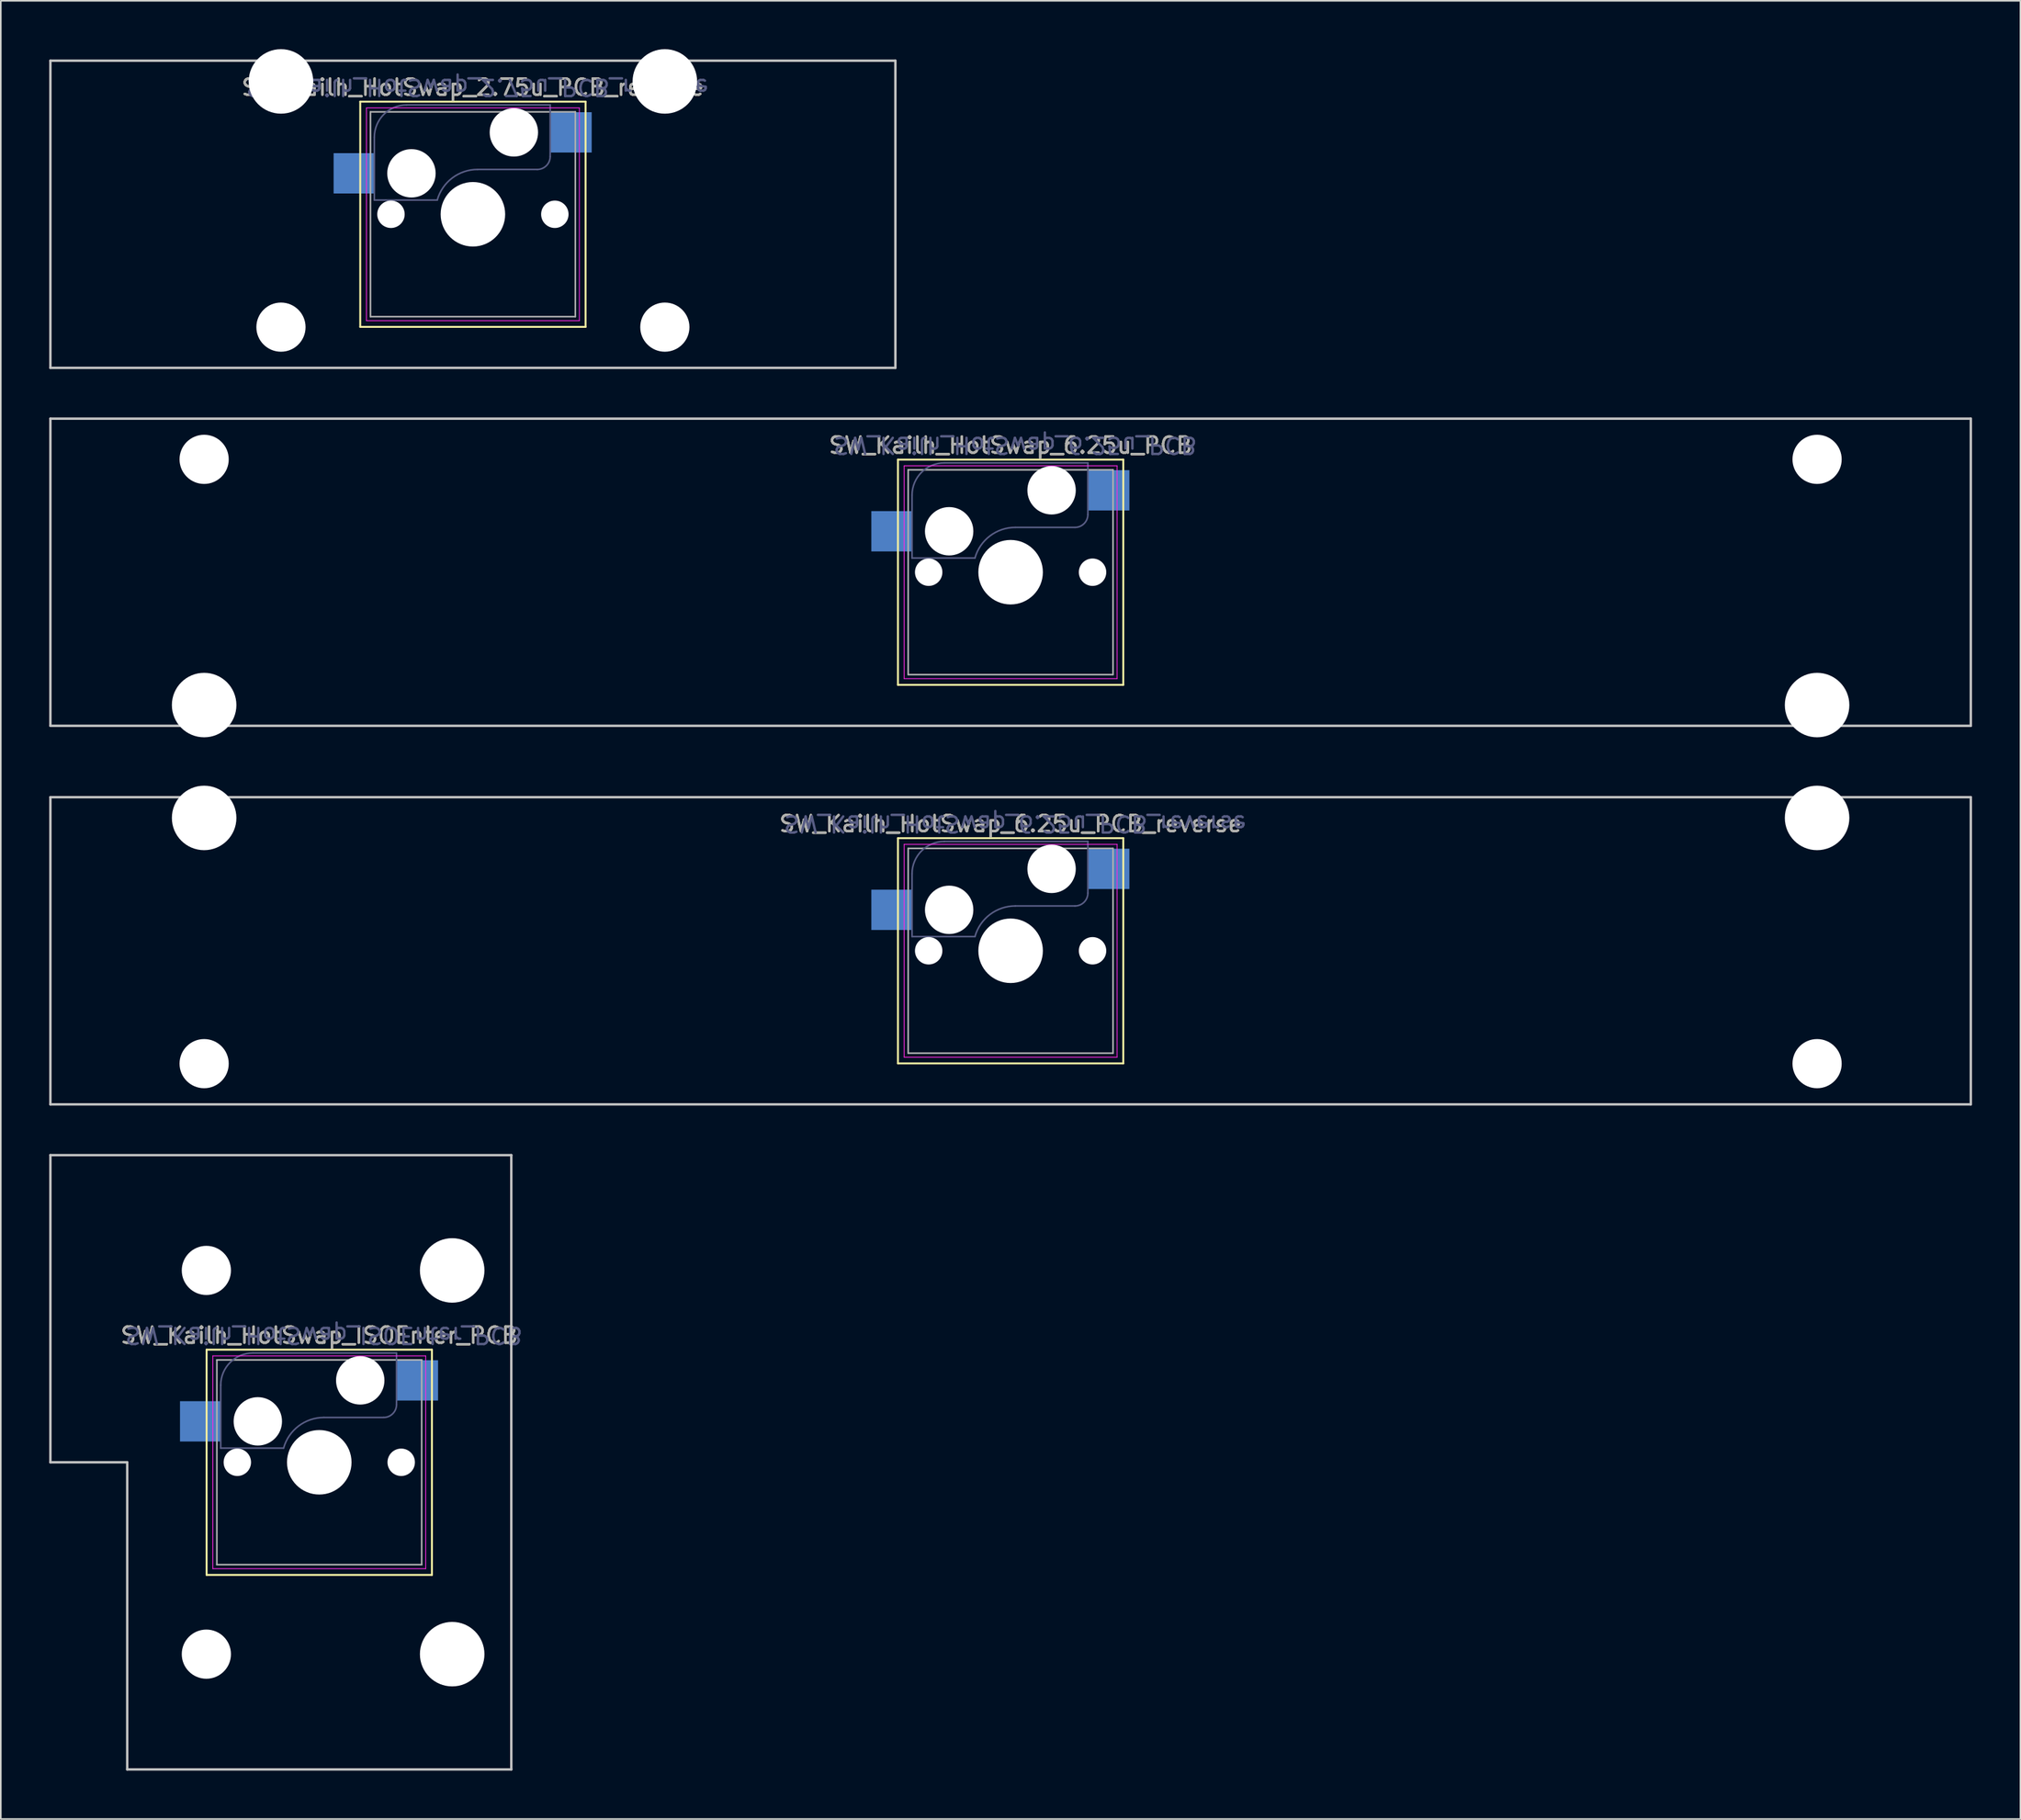
<source format=kicad_pcb>
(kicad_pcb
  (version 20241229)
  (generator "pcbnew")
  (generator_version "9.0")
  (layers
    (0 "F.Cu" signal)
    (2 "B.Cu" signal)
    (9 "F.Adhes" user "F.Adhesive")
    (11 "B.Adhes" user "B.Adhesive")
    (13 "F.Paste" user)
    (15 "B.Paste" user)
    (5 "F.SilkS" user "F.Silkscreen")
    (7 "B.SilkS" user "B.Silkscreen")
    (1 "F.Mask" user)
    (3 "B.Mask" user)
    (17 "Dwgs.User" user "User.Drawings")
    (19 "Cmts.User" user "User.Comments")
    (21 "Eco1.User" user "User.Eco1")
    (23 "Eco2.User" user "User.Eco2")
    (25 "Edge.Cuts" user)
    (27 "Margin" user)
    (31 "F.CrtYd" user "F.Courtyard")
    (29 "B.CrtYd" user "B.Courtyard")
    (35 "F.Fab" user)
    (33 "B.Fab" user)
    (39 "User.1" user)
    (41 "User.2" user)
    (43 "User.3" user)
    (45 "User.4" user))
  (footprint "SW_Kailh_HotSwap_6.25u_PCB_reverse"
    (layer "F.Cu")
    (at 62.146 50.84)
    (property "Reference" "SW_Kailh_HotSwap_6.25u_PCB_reverse" (at -2.54 -2.794 0) (layer "F.SilkS") (effects (font (size 1 1) (thickness 0.15))))
    (attr smd)
    (fp_line (start -9.525 -1.905) (end 4.445 -1.905) (stroke (width 0.12) (type solid)) (layer "F.SilkS"))
    (fp_line (start -9.525 12.065) (end -9.525 -1.905) (stroke (width 0.12) (type solid)) (layer "F.SilkS"))
    (fp_line (start 4.445 -1.905) (end 4.445 12.065) (stroke (width 0.12) (type solid)) (layer "F.SilkS"))
    (fp_line (start 4.445 12.065) (end -9.525 12.065) (stroke (width 0.12) (type solid)) (layer "F.SilkS"))
    (fp_line (start -62.071 -4.445) (end 56.991 -4.445) (stroke (width 0.15) (type solid)) (layer "Dwgs.User"))
    (fp_line (start -62.071 14.605) (end -62.071 -4.445) (stroke (width 0.15) (type solid)) (layer "Dwgs.User"))
    (fp_line (start 56.991 -4.445) (end 56.991 14.605) (stroke (width 0.15) (type solid)) (layer "Dwgs.User"))
    (fp_line (start 56.991 14.605) (end -62.071 14.605) (stroke (width 0.15) (type solid)) (layer "Dwgs.User"))
    (fp_line (start -9.14 -1.52) (end 4.06 -1.52) (stroke (width 0.05) (type solid)) (layer "F.CrtYd"))
    (fp_line (start -9.14 11.68) (end -9.14 -1.52) (stroke (width 0.05) (type solid)) (layer "F.CrtYd"))
    (fp_line (start 4.06 -1.52) (end 4.06 11.68) (stroke (width 0.05) (type solid)) (layer "F.CrtYd"))
    (fp_line (start 4.06 11.68) (end -9.14 11.68) (stroke (width 0.05) (type solid)) (layer "F.CrtYd"))
    (fp_line (start -8.65 0.3) (end -8.65 4.2) (stroke (width 0.1) (type default)) (layer "B.Fab"))
    (fp_line (start -6.65 -1.7) (end 2.25 -1.7) (stroke (width 0.1) (type default)) (layer "B.Fab"))
    (fp_line (start -4.75 4.2) (end -8.65 4.2) (stroke (width 0.1) (type default)) (layer "B.Fab"))
    (fp_line (start -2.25 2.3) (end 1.45 2.3) (stroke (width 0.1) (type default)) (layer "B.Fab"))
    (fp_line (start 2.25 1.5) (end 2.25 -1.7) (stroke (width 0.1) (type default)) (layer "B.Fab"))
    (fp_arc (start -8.65 0.3) (mid -8.064214 -1.114214) (end -6.65 -1.7) (stroke (width 0.1) (type default)) (layer "B.Fab"))
    (fp_arc (start -4.749999 4.19615) (mid -3.818867 2.82766) (end -2.25 2.3) (stroke (width 0.1) (type default)) (layer "B.Fab"))
    (fp_arc (start 2.25 1.5) (mid 2.015685 2.065685) (end 1.45 2.3) (stroke (width 0.1) (type default)) (layer "B.Fab"))
    (fp_line (start -8.89 -1.27) (end 3.81 -1.27) (stroke (width 0.1) (type solid)) (layer "F.Fab"))
    (fp_line (start -8.89 11.43) (end -8.89 -1.27) (stroke (width 0.1) (type solid)) (layer "F.Fab"))
    (fp_line (start 3.81 -1.27) (end 3.81 11.43) (stroke (width 0.1) (type solid)) (layer "F.Fab"))
    (fp_line (start 3.81 11.43) (end -8.89 11.43) (stroke (width 0.1) (type solid)) (layer "F.Fab"))
    (fp_text user "${REFERENCE}" (at -2.25 -2.8 180) (unlocked yes) (layer "B.Fab") (effects (font (size 1 1) (thickness 0.15)) (justify mirror)))
    (fp_text user "${REFERENCE}" (at -2.54 -2.794 0) (layer "F.Fab") (effects (font (size 1 1) (thickness 0.15))))
    (pad "" np_thru_hole circle (at -52.54 -3.16) (size 4 4) (drill 4) (layers "*.Cu" "*.Mask"))
    (pad "" np_thru_hole circle (at -52.54 12.08) (size 3.05 3.05) (drill 3.05) (layers "*.Cu" "*.Mask"))
    (pad "" np_thru_hole circle (at -7.62 5.08) (size 1.7 1.7) (drill 1.7) (layers "*.Cu" "*.Mask"))
    (pad "" np_thru_hole circle (at -6.35 2.54 180) (size 3 3) (drill 3) (layers "*.Cu"))
    (pad "" np_thru_hole circle (at -2.54 5.08) (size 4 4) (drill 4) (layers "*.Cu" "*.Mask"))
    (pad "" np_thru_hole circle (at 0 0 180) (size 3 3) (drill 3) (layers "*.Cu"))
    (pad "" np_thru_hole circle (at 2.54 5.08) (size 1.7 1.7) (drill 1.7) (layers "*.Cu" "*.Mask"))
    (pad "" np_thru_hole circle (at 47.46 -3.16) (size 4 4) (drill 4) (layers "*.Cu" "*.Mask"))
    (pad "" np_thru_hole circle (at 47.46 12.08) (size 3.05 3.05) (drill 3.05) (layers "*.Cu" "*.Mask"))
    (pad "1" smd rect (at 3.55 0 180) (size 2.55 2.5) (layers "B.Cu" "B.Mask" "B.Paste"))
    (pad "2" smd rect (at -9.9 2.54 180) (size 2.55 2.5) (layers "B.Cu" "B.Mask" "B.Paste")))
  (footprint "SW_Kailh_HotSwap_ISOEnter_PCB"
    (layer "F.Cu")
    (at 19.284 82.565)
    (property "Reference" "SW_Kailh_HotSwap_ISOEnter_PCB" (at -2.54 -2.794 0) (layer "F.SilkS") (effects (font (size 1 1) (thickness 0.15))))
    (attr smd)
    (fp_line (start -9.525 -1.905) (end 4.445 -1.905) (stroke (width 0.12) (type solid)) (layer "F.SilkS"))
    (fp_line (start -9.525 12.065) (end -9.525 -1.905) (stroke (width 0.12) (type solid)) (layer "F.SilkS"))
    (fp_line (start 4.445 -1.905) (end 4.445 12.065) (stroke (width 0.12) (type solid)) (layer "F.SilkS"))
    (fp_line (start 4.445 12.065) (end -9.525 12.065) (stroke (width 0.12) (type solid)) (layer "F.SilkS"))
    (fp_line (start -19.209 -13.97) (end 9.366 -13.97) (stroke (width 0.15) (type solid)) (layer "Dwgs.User"))
    (fp_line (start -19.209 5.08) (end -19.209 -13.97) (stroke (width 0.15) (type solid)) (layer "Dwgs.User"))
    (fp_line (start -14.446 5.08) (end -19.209 5.08) (stroke (width 0.15) (type solid)) (layer "Dwgs.User"))
    (fp_line (start -14.446 24.13) (end -14.446 5.08) (stroke (width 0.15) (type solid)) (layer "Dwgs.User"))
    (fp_line (start 9.366 -13.97) (end 9.366 24.13) (stroke (width 0.15) (type solid)) (layer "Dwgs.User"))
    (fp_line (start 9.366 24.13) (end -14.446 24.13) (stroke (width 0.15) (type solid)) (layer "Dwgs.User"))
    (fp_line (start -9.14 -1.52) (end 4.06 -1.52) (stroke (width 0.05) (type solid)) (layer "F.CrtYd"))
    (fp_line (start -9.14 11.68) (end -9.14 -1.52) (stroke (width 0.05) (type solid)) (layer "F.CrtYd"))
    (fp_line (start 4.06 -1.52) (end 4.06 11.68) (stroke (width 0.05) (type solid)) (layer "F.CrtYd"))
    (fp_line (start 4.06 11.68) (end -9.14 11.68) (stroke (width 0.05) (type solid)) (layer "F.CrtYd"))
    (fp_line (start -8.65 0.3) (end -8.65 4.2) (stroke (width 0.1) (type default)) (layer "B.Fab"))
    (fp_line (start -6.65 -1.7) (end 2.25 -1.7) (stroke (width 0.1) (type default)) (layer "B.Fab"))
    (fp_line (start -4.75 4.2) (end -8.65 4.2) (stroke (width 0.1) (type default)) (layer "B.Fab"))
    (fp_line (start -2.25 2.3) (end 1.45 2.3) (stroke (width 0.1) (type default)) (layer "B.Fab"))
    (fp_line (start 2.25 1.5) (end 2.25 -1.7) (stroke (width 0.1) (type default)) (layer "B.Fab"))
    (fp_arc (start -8.65 0.3) (mid -8.064214 -1.114214) (end -6.65 -1.7) (stroke (width 0.1) (type default)) (layer "B.Fab"))
    (fp_arc (start -4.749999 4.19615) (mid -3.818867 2.82766) (end -2.25 2.3) (stroke (width 0.1) (type default)) (layer "B.Fab"))
    (fp_arc (start 2.25 1.5) (mid 2.015685 2.065685) (end 1.45 2.3) (stroke (width 0.1) (type default)) (layer "B.Fab"))
    (fp_line (start -8.89 -1.27) (end 3.81 -1.27) (stroke (width 0.1) (type solid)) (layer "F.Fab"))
    (fp_line (start -8.89 11.43) (end -8.89 -1.27) (stroke (width 0.1) (type solid)) (layer "F.Fab"))
    (fp_line (start 3.81 -1.27) (end 3.81 11.43) (stroke (width 0.1) (type solid)) (layer "F.Fab"))
    (fp_line (start 3.81 11.43) (end -8.89 11.43) (stroke (width 0.1) (type solid)) (layer "F.Fab"))
    (fp_text user "${REFERENCE}" (at -2.25 -2.8 180) (unlocked yes) (layer "B.Fab") (effects (font (size 1 1) (thickness 0.15)) (justify mirror)))
    (fp_text user "${REFERENCE}" (at -2.54 -2.794 0) (layer "F.Fab") (effects (font (size 1 1) (thickness 0.15))))
    (pad "" np_thru_hole circle (at -9.54 -6.82) (size 3.05 3.05) (drill 3.05) (layers "*.Cu" "*.Mask"))
    (pad "" np_thru_hole circle (at -9.54 16.98) (size 3.05 3.05) (drill 3.05) (layers "*.Cu" "*.Mask"))
    (pad "" np_thru_hole circle (at -7.62 5.08) (size 1.7 1.7) (drill 1.7) (layers "*.Cu" "*.Mask"))
    (pad "" np_thru_hole circle (at -6.35 2.54 180) (size 3 3) (drill 3) (layers "*.Cu"))
    (pad "" np_thru_hole circle (at -2.54 5.08) (size 4 4) (drill 4) (layers "*.Cu" "*.Mask"))
    (pad "" np_thru_hole circle (at 0 0 180) (size 3 3) (drill 3) (layers "*.Cu"))
    (pad "" np_thru_hole circle (at 2.54 5.08) (size 1.7 1.7) (drill 1.7) (layers "*.Cu" "*.Mask"))
    (pad "" np_thru_hole circle (at 5.7 -6.82) (size 4 4) (drill 4) (layers "*.Cu" "*.Mask"))
    (pad "" np_thru_hole circle (at 5.7 16.98) (size 4 4) (drill 4) (layers "*.Cu" "*.Mask"))
    (pad "1" smd rect (at 3.55 0 180) (size 2.55 2.5) (layers "B.Cu" "B.Mask" "B.Paste"))
    (pad "2" smd rect (at -9.9 2.54 180) (size 2.55 2.5) (layers "B.Cu" "B.Mask" "B.Paste")))
  (footprint "SW_Kailh_HotSwap_6.25u_PCB"
    (layer "F.Cu")
    (at 62.146 27.36)
    (property "Reference" "SW_Kailh_HotSwap_6.25u_PCB" (at -2.54 -2.794 0) (layer "F.SilkS") (effects (font (size 1 1) (thickness 0.15))))
    (attr smd)
    (fp_line (start -9.525 -1.905) (end 4.445 -1.905) (stroke (width 0.12) (type solid)) (layer "F.SilkS"))
    (fp_line (start -9.525 12.065) (end -9.525 -1.905) (stroke (width 0.12) (type solid)) (layer "F.SilkS"))
    (fp_line (start 4.445 -1.905) (end 4.445 12.065) (stroke (width 0.12) (type solid)) (layer "F.SilkS"))
    (fp_line (start 4.445 12.065) (end -9.525 12.065) (stroke (width 0.12) (type solid)) (layer "F.SilkS"))
    (fp_line (start -62.071 -4.445) (end 56.991 -4.445) (stroke (width 0.15) (type solid)) (layer "Dwgs.User"))
    (fp_line (start -62.071 14.605) (end -62.071 -4.445) (stroke (width 0.15) (type solid)) (layer "Dwgs.User"))
    (fp_line (start 56.991 -4.445) (end 56.991 14.605) (stroke (width 0.15) (type solid)) (layer "Dwgs.User"))
    (fp_line (start 56.991 14.605) (end -62.071 14.605) (stroke (width 0.15) (type solid)) (layer "Dwgs.User"))
    (fp_line (start -9.14 -1.52) (end 4.06 -1.52) (stroke (width 0.05) (type solid)) (layer "F.CrtYd"))
    (fp_line (start -9.14 11.68) (end -9.14 -1.52) (stroke (width 0.05) (type solid)) (layer "F.CrtYd"))
    (fp_line (start 4.06 -1.52) (end 4.06 11.68) (stroke (width 0.05) (type solid)) (layer "F.CrtYd"))
    (fp_line (start 4.06 11.68) (end -9.14 11.68) (stroke (width 0.05) (type solid)) (layer "F.CrtYd"))
    (fp_line (start -8.65 0.3) (end -8.65 4.2) (stroke (width 0.1) (type default)) (layer "B.Fab"))
    (fp_line (start -6.65 -1.7) (end 2.25 -1.7) (stroke (width 0.1) (type default)) (layer "B.Fab"))
    (fp_line (start -4.75 4.2) (end -8.65 4.2) (stroke (width 0.1) (type default)) (layer "B.Fab"))
    (fp_line (start -2.25 2.3) (end 1.45 2.3) (stroke (width 0.1) (type default)) (layer "B.Fab"))
    (fp_line (start 2.25 1.5) (end 2.25 -1.7) (stroke (width 0.1) (type default)) (layer "B.Fab"))
    (fp_arc (start -8.65 0.3) (mid -8.064214 -1.114214) (end -6.65 -1.7) (stroke (width 0.1) (type default)) (layer "B.Fab"))
    (fp_arc (start -4.749999 4.19615) (mid -3.818867 2.82766) (end -2.25 2.3) (stroke (width 0.1) (type default)) (layer "B.Fab"))
    (fp_arc (start 2.25 1.5) (mid 2.015685 2.065685) (end 1.45 2.3) (stroke (width 0.1) (type default)) (layer "B.Fab"))
    (fp_line (start -8.89 -1.27) (end 3.81 -1.27) (stroke (width 0.1) (type solid)) (layer "F.Fab"))
    (fp_line (start -8.89 11.43) (end -8.89 -1.27) (stroke (width 0.1) (type solid)) (layer "F.Fab"))
    (fp_line (start 3.81 -1.27) (end 3.81 11.43) (stroke (width 0.1) (type solid)) (layer "F.Fab"))
    (fp_line (start 3.81 11.43) (end -8.89 11.43) (stroke (width 0.1) (type solid)) (layer "F.Fab"))
    (fp_text user "${REFERENCE}" (at -2.25 -2.8 180) (unlocked yes) (layer "B.Fab") (effects (font (size 1 1) (thickness 0.15)) (justify mirror)))
    (fp_text user "${REFERENCE}" (at -2.54 -2.794 0) (layer "F.Fab") (effects (font (size 1 1) (thickness 0.15))))
    (pad "" np_thru_hole circle (at -52.54 -1.92) (size 3.05 3.05) (drill 3.05) (layers "*.Cu" "*.Mask"))
    (pad "" np_thru_hole circle (at -52.54 13.32) (size 4 4) (drill 4) (layers "*.Cu" "*.Mask"))
    (pad "" np_thru_hole circle (at -7.62 5.08) (size 1.7 1.7) (drill 1.7) (layers "*.Cu" "*.Mask"))
    (pad "" np_thru_hole circle (at -6.35 2.54 180) (size 3 3) (drill 3) (layers "*.Cu"))
    (pad "" np_thru_hole circle (at -2.54 5.08) (size 4 4) (drill 4) (layers "*.Cu" "*.Mask"))
    (pad "" np_thru_hole circle (at 0 0 180) (size 3 3) (drill 3) (layers "*.Cu"))
    (pad "" np_thru_hole circle (at 2.54 5.08) (size 1.7 1.7) (drill 1.7) (layers "*.Cu" "*.Mask"))
    (pad "" np_thru_hole circle (at 47.46 -1.92) (size 3.05 3.05) (drill 3.05) (layers "*.Cu" "*.Mask"))
    (pad "" np_thru_hole circle (at 47.46 13.32) (size 4 4) (drill 4) (layers "*.Cu" "*.Mask"))
    (pad "1" smd rect (at 3.55 0 180) (size 2.55 2.5) (layers "B.Cu" "B.Mask" "B.Paste"))
    (pad "2" smd rect (at -9.9 2.54 180) (size 2.55 2.5) (layers "B.Cu" "B.Mask" "B.Paste")))
  (footprint "SW_Kailh_HotSwap_2.75u_PCB_reverse"
    (layer "F.Cu")
    (at 28.809 5.16)
    (property "Reference" "SW_Kailh_HotSwap_2.75u_PCB_reverse" (at -2.54 -2.794 0) (layer "F.SilkS") (effects (font (size 1 1) (thickness 0.15))))
    (attr smd)
    (fp_line (start -9.525 -1.905) (end 4.445 -1.905) (stroke (width 0.12) (type solid)) (layer "F.SilkS"))
    (fp_line (start -9.525 12.065) (end -9.525 -1.905) (stroke (width 0.12) (type solid)) (layer "F.SilkS"))
    (fp_line (start 4.445 -1.905) (end 4.445 12.065) (stroke (width 0.12) (type solid)) (layer "F.SilkS"))
    (fp_line (start 4.445 12.065) (end -9.525 12.065) (stroke (width 0.12) (type solid)) (layer "F.SilkS"))
    (fp_line (start -28.734 -4.445) (end 23.654 -4.445) (stroke (width 0.15) (type solid)) (layer "Dwgs.User"))
    (fp_line (start -28.734 14.605) (end -28.734 -4.445) (stroke (width 0.15) (type solid)) (layer "Dwgs.User"))
    (fp_line (start 23.654 -4.445) (end 23.654 14.605) (stroke (width 0.15) (type solid)) (layer "Dwgs.User"))
    (fp_line (start 23.654 14.605) (end -28.734 14.605) (stroke (width 0.15) (type solid)) (layer "Dwgs.User"))
    (fp_line (start -9.14 -1.52) (end 4.06 -1.52) (stroke (width 0.05) (type solid)) (layer "F.CrtYd"))
    (fp_line (start -9.14 11.68) (end -9.14 -1.52) (stroke (width 0.05) (type solid)) (layer "F.CrtYd"))
    (fp_line (start 4.06 -1.52) (end 4.06 11.68) (stroke (width 0.05) (type solid)) (layer "F.CrtYd"))
    (fp_line (start 4.06 11.68) (end -9.14 11.68) (stroke (width 0.05) (type solid)) (layer "F.CrtYd"))
    (fp_line (start -8.65 0.3) (end -8.65 4.2) (stroke (width 0.1) (type default)) (layer "B.Fab"))
    (fp_line (start -6.65 -1.7) (end 2.25 -1.7) (stroke (width 0.1) (type default)) (layer "B.Fab"))
    (fp_line (start -4.75 4.2) (end -8.65 4.2) (stroke (width 0.1) (type default)) (layer "B.Fab"))
    (fp_line (start -2.25 2.3) (end 1.45 2.3) (stroke (width 0.1) (type default)) (layer "B.Fab"))
    (fp_line (start 2.25 1.5) (end 2.25 -1.7) (stroke (width 0.1) (type default)) (layer "B.Fab"))
    (fp_arc (start -8.65 0.3) (mid -8.064214 -1.114214) (end -6.65 -1.7) (stroke (width 0.1) (type default)) (layer "B.Fab"))
    (fp_arc (start -4.749999 4.19615) (mid -3.818867 2.82766) (end -2.25 2.3) (stroke (width 0.1) (type default)) (layer "B.Fab"))
    (fp_arc (start 2.25 1.5) (mid 2.015685 2.065685) (end 1.45 2.3) (stroke (width 0.1) (type default)) (layer "B.Fab"))
    (fp_line (start -8.89 -1.27) (end 3.81 -1.27) (stroke (width 0.1) (type solid)) (layer "F.Fab"))
    (fp_line (start -8.89 11.43) (end -8.89 -1.27) (stroke (width 0.1) (type solid)) (layer "F.Fab"))
    (fp_line (start 3.81 -1.27) (end 3.81 11.43) (stroke (width 0.1) (type solid)) (layer "F.Fab"))
    (fp_line (start 3.81 11.43) (end -8.89 11.43) (stroke (width 0.1) (type solid)) (layer "F.Fab"))
    (fp_text user "${REFERENCE}" (at -2.25 -2.8 180) (unlocked yes) (layer "B.Fab") (effects (font (size 1 1) (thickness 0.15)) (justify mirror)))
    (fp_text user "${REFERENCE}" (at -2.54 -2.794 0) (layer "F.Fab") (effects (font (size 1 1) (thickness 0.15))))
    (pad "" np_thru_hole circle (at -14.44 -3.16) (size 4 4) (drill 4) (layers "*.Cu" "*.Mask"))
    (pad "" np_thru_hole circle (at -14.44 12.08) (size 3.05 3.05) (drill 3.05) (layers "*.Cu" "*.Mask"))
    (pad "" np_thru_hole circle (at -7.62 5.08) (size 1.7 1.7) (drill 1.7) (layers "*.Cu" "*.Mask"))
    (pad "" np_thru_hole circle (at -6.35 2.54 180) (size 3 3) (drill 3) (layers "*.Cu"))
    (pad "" np_thru_hole circle (at -2.54 5.08) (size 4 4) (drill 4) (layers "*.Cu" "*.Mask"))
    (pad "" np_thru_hole circle (at 0 0 180) (size 3 3) (drill 3) (layers "*.Cu"))
    (pad "" np_thru_hole circle (at 2.54 5.08) (size 1.7 1.7) (drill 1.7) (layers "*.Cu" "*.Mask"))
    (pad "" np_thru_hole circle (at 9.36 -3.16) (size 4 4) (drill 4) (layers "*.Cu" "*.Mask"))
    (pad "" np_thru_hole circle (at 9.36 12.08) (size 3.05 3.05) (drill 3.05) (layers "*.Cu" "*.Mask"))
    (pad "1" smd rect (at 3.55 0 180) (size 2.55 2.5) (layers "B.Cu" "B.Mask" "B.Paste"))
    (pad "2" smd rect (at -9.9 2.54 180) (size 2.55 2.5) (layers "B.Cu" "B.Mask" "B.Paste")))
  (gr_rect
    (start -3 -3)
    (end 122.213 109.77)
    (stroke (width 0.1) (type default))
    (fill no)
    (layer "Edge.Cuts")))
</source>
